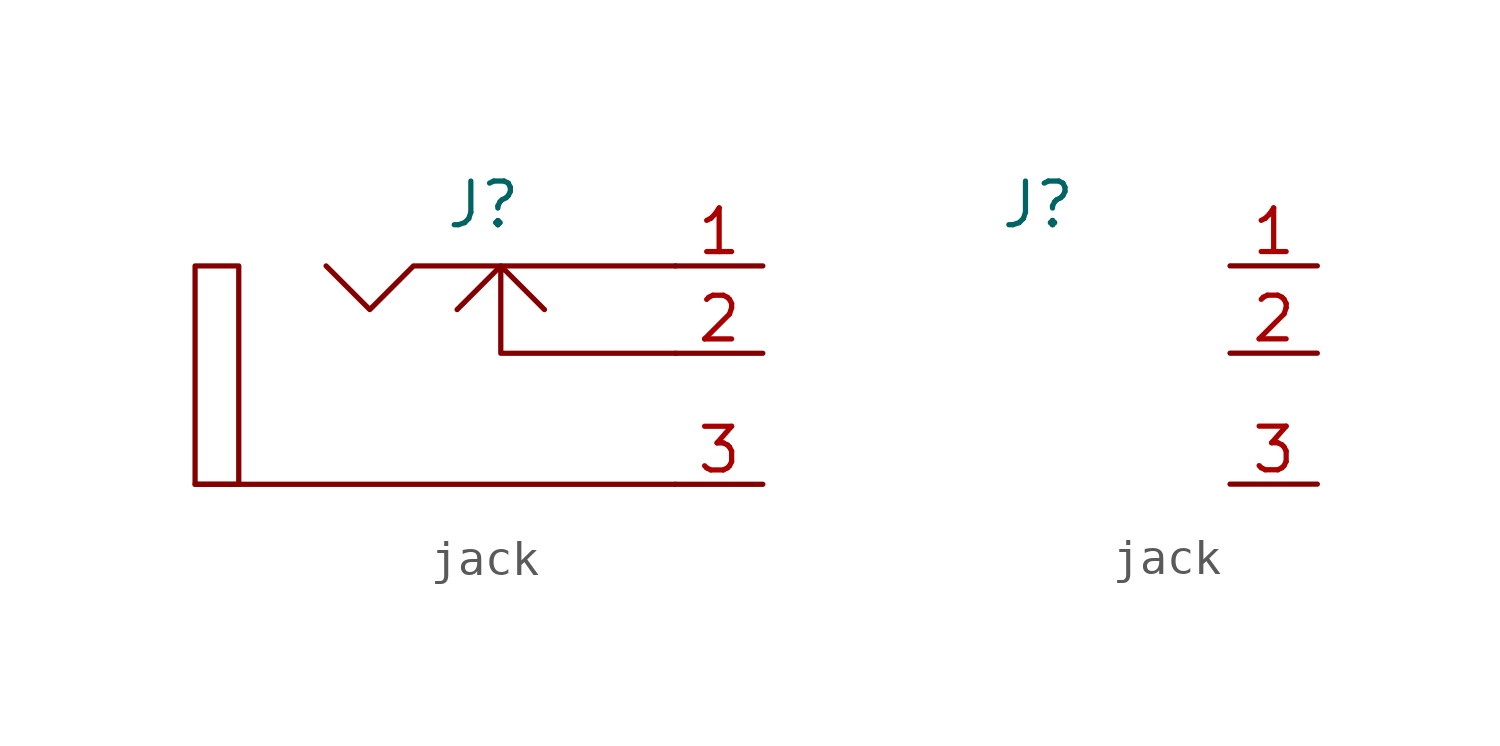
<source format=kicad_sym>
(kicad_symbol_lib
  (version 20241209)
  (generator "kicad_symbol_editor")
  (generator_version "9.0")
  (symbol "jack"
    (property "Reference" "J"
      (at 0.762 8.128 0)
      (effects (font (size 1.27 1.27))))
    (property "Value" ""
      (at 0 0 0)
      (effects (font (size 1.27 1.27))))
    (symbol "jack_0_1"
      (rectangle (start -7.62 0) (end -6.35 6.35) (stroke (width 0) (type default)) (fill (type none)))
      (polyline (pts (xy -7.62 0) (xy 6.35 0)) (stroke (width 0) (type default)) (fill (type none)))
      (polyline (pts (xy -3.81 6.35) (xy -2.54 5.08) (xy -1.27 6.35) (xy 6.35 6.35)) (stroke (width 0) (type default)) (fill (type none)))
      (polyline (pts (xy 1.27 6.35) (xy 0 5.08) (xy 1.27 6.35) (xy 2.54 5.08) (xy 1.27 6.35) (xy 1.27 3.81) (xy 6.35 3.81)) (stroke (width 0) (type default)) (fill (type none))))
    (symbol "jack_1_1"
      (pin input line (at 8.89 6.35 180) (length 2.54) (name "Tip" (effects (font (size 0 0)))) (number "1" (effects (font (size 1.27 1.27)))))
      (pin input line (at 8.89 3.81 180) (length 2.54) (name "Tip_Shunt" (effects (font (size 0 0)))) (number "2" (effects (font (size 1.27 1.27)))))
      (pin input line (at 8.89 0 180) (length 2.54) (name "Sleeve" (effects (font (size 0 0)))) (number "3" (effects (font (size 1.27 1.27))))))
    (symbol "jack_1_2"
      (pin input line (at 8.89 6.35 180) (length 2.54) (name "Tip" (effects (font (size 0 0)))) (number "1" (effects (font (size 1.27 1.27)))))
      (pin input line (at 8.89 3.81 180) (length 2.54) (name "Tip_Shunt" (effects (font (size 0 0)))) (number "2" (effects (font (size 1.27 1.27)))))
      (pin input line (at 8.89 0 180) (length 2.54) (name "Sleeve" (effects (font (size 0 0)))) (number "3" (effects (font (size 1.27 1.27))))))))
</source>
